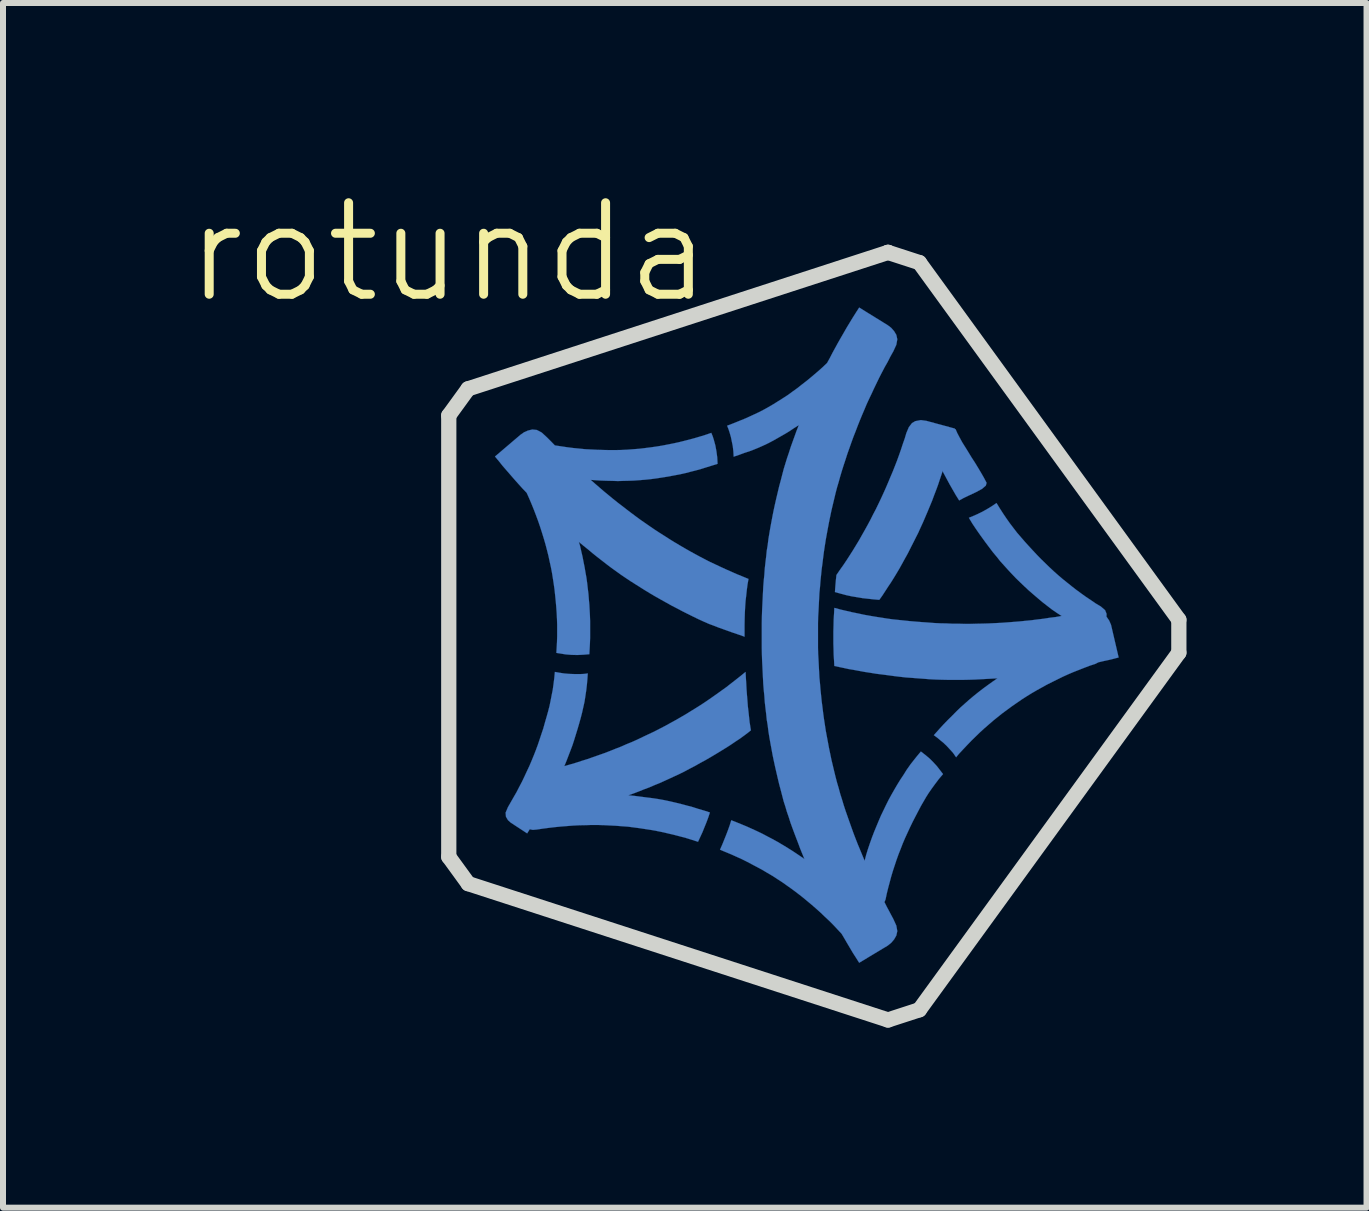
<source format=kicad_pcb>
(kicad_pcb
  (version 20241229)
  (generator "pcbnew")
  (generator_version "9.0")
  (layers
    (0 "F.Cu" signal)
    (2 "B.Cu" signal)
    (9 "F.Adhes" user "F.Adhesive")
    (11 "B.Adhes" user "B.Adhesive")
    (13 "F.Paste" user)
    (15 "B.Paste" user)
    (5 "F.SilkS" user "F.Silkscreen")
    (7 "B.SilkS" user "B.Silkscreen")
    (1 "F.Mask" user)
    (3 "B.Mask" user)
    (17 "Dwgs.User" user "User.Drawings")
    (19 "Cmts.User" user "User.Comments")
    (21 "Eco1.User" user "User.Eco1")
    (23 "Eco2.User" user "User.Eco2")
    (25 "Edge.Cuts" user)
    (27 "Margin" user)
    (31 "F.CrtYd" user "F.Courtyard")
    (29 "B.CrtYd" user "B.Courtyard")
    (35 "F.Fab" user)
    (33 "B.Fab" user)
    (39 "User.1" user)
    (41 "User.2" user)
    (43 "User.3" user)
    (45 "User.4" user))
  (footprint "rotunda"
    (layer "F.Cu")
    (at 4.427 1.155)
    (property "Reference" "rotunda" (at 0 0 0) (layer "F.SilkS") (effects (font (size 1.524 1.524) (thickness 0.15))))
    (attr through_hole)
    (fp_poly (pts (xy 7.803 2.995) (xy 7.859 3.058) (xy 7.912 3.124) (xy 7.965 3.198) (xy 8.014 3.272) (xy 8.062 3.35) (xy 8.11 3.432) (xy 8.156 3.515) (xy 8.204 3.602) (xy 8.25 3.688) (xy 8.298 3.777) (xy 8.346 3.866) (xy 8.397 3.955) (xy 8.448 4.044) (xy 8.504 4.133) (xy 8.578 4.092) (xy 8.679 4.044) (xy 8.788 3.993) (xy 8.885 3.94) (xy 8.948 3.886) (xy 8.961 3.84) (xy 8.92 3.762) (xy 8.872 3.678) (xy 8.821 3.592) (xy 8.768 3.505) (xy 8.712 3.419) (xy 8.659 3.332) (xy 8.606 3.246) (xy 8.555 3.165) (xy 8.512 3.086) (xy 8.473 3.012) (xy 8.443 2.944) (xy 7.803 2.995)) (stroke (width 0.003) (type solid)) (fill yes) (layer "B.Cu"))
    (fp_poly (pts (xy 7.866 2.794) (xy 7.772 2.812) (xy 7.717 2.845) (xy 7.666 2.911) (xy 7.625 3.007) (xy 7.597 3.101) (xy 7.564 3.195) (xy 7.534 3.287) (xy 7.501 3.381) (xy 7.468 3.472) (xy 7.432 3.564) (xy 7.396 3.655) (xy 7.358 3.744) (xy 7.32 3.835) (xy 7.282 3.924) (xy 7.242 4.013) (xy 7.201 4.102) (xy 7.16 4.188) (xy 7.117 4.277) (xy 7.071 4.364) (xy 7.028 4.45) (xy 6.982 4.536) (xy 6.934 4.623) (xy 6.886 4.707) (xy 6.838 4.793) (xy 6.787 4.877) (xy 6.736 4.961) (xy 6.683 5.044) (xy 6.629 5.128) (xy 6.574 5.21) (xy 6.515 5.293) (xy 6.459 5.375) (xy 6.449 5.469) (xy 6.441 5.563) (xy 6.434 5.659) (xy 6.525 5.685) (xy 6.619 5.71) (xy 6.711 5.73) (xy 6.802 5.745) (xy 6.896 5.761) (xy 6.988 5.771) (xy 7.079 5.781) (xy 7.173 5.789) (xy 7.224 5.718) (xy 7.272 5.644) (xy 7.32 5.57) (xy 7.369 5.497) (xy 7.417 5.42) (xy 7.463 5.344) (xy 7.511 5.263) (xy 7.556 5.182) (xy 7.602 5.098) (xy 7.648 5.016) (xy 7.691 4.93) (xy 7.734 4.846) (xy 7.777 4.76) (xy 7.821 4.674) (xy 7.861 4.585) (xy 7.902 4.496) (xy 7.94 4.407) (xy 7.978 4.318) (xy 8.016 4.227) (xy 8.052 4.14) (xy 8.085 4.051) (xy 8.118 3.965) (xy 8.151 3.876) (xy 8.181 3.785) (xy 8.212 3.693) (xy 8.242 3.602) (xy 8.273 3.51) (xy 8.301 3.416) (xy 8.329 3.322) (xy 8.354 3.226) (xy 8.382 3.132) (xy 8.407 3.033) (xy 8.433 2.936) (xy 7.958 2.807) (xy 7.866 2.794)) (stroke (width 0.003) (type solid)) (fill yes) (layer "B.Cu"))
    (fp_poly (pts (xy 1.768 6.99) (xy 1.758 7.094) (xy 1.745 7.196) (xy 1.732 7.29) (xy 1.714 7.379) (xy 1.697 7.468) (xy 1.679 7.556) (xy 1.656 7.645) (xy 1.631 7.734) (xy 1.603 7.831) (xy 1.575 7.932) (xy 1.544 8.024) (xy 1.514 8.115) (xy 1.483 8.207) (xy 1.45 8.296) (xy 1.415 8.385) (xy 1.379 8.473) (xy 1.341 8.562) (xy 1.3 8.649) (xy 1.26 8.735) (xy 1.219 8.821) (xy 1.173 8.908) (xy 1.13 8.992) (xy 1.082 9.075) (xy 1.034 9.159) (xy 0.986 9.243) (xy 0.947 9.335) (xy 0.953 9.403) (xy 0.986 9.459) (xy 1.031 9.5) (xy 1.306 9.68) (xy 1.349 9.611) (xy 1.4 9.622) (xy 1.466 9.616) (xy 1.567 9.601) (xy 1.666 9.588) (xy 1.768 9.576) (xy 1.869 9.566) (xy 1.971 9.558) (xy 2.073 9.55) (xy 2.174 9.545) (xy 2.276 9.543) (xy 2.377 9.54) (xy 2.479 9.54) (xy 2.581 9.543) (xy 2.682 9.548) (xy 2.784 9.553) (xy 2.885 9.561) (xy 2.985 9.568) (xy 3.084 9.581) (xy 3.183 9.594) (xy 3.279 9.609) (xy 3.378 9.624) (xy 3.475 9.642) (xy 3.574 9.662) (xy 3.67 9.685) (xy 3.767 9.708) (xy 3.863 9.733) (xy 3.96 9.759) (xy 4.056 9.789) (xy 4.153 9.82) (xy 4.191 9.738) (xy 4.227 9.66) (xy 4.26 9.578) (xy 4.293 9.497) (xy 4.323 9.416) (xy 4.351 9.332) (xy 4.257 9.301) (xy 4.163 9.274) (xy 4.067 9.243) (xy 3.973 9.218) (xy 3.876 9.192) (xy 3.782 9.169) (xy 3.688 9.147) (xy 3.589 9.126) (xy 3.49 9.108) (xy 3.391 9.093) (xy 3.292 9.081) (xy 3.193 9.068) (xy 3.091 9.055) (xy 2.992 9.045) (xy 3.081 9.014) (xy 3.167 8.981) (xy 3.254 8.946) (xy 3.343 8.913) (xy 3.426 8.877) (xy 3.513 8.842) (xy 3.597 8.804) (xy 3.68 8.766) (xy 3.764 8.727) (xy 3.846 8.689) (xy 3.927 8.649) (xy 4.018 8.6) (xy 4.105 8.555) (xy 4.191 8.506) (xy 4.275 8.461) (xy 4.359 8.412) (xy 4.44 8.364) (xy 4.524 8.313) (xy 4.605 8.263) (xy 4.686 8.212) (xy 4.765 8.158) (xy 4.849 8.103) (xy 4.93 8.044) (xy 4.983 8.004) (xy 5.034 7.963) (xy 5.024 7.904) (xy 5.016 7.846) (xy 5.014 7.844) (xy 5.004 7.75) (xy 4.994 7.656) (xy 4.983 7.562) (xy 4.976 7.468) (xy 4.968 7.371) (xy 4.961 7.277) (xy 4.956 7.181) (xy 4.95 7.084) (xy 4.945 6.99) (xy 4.864 7.056) (xy 4.783 7.12) (xy 4.702 7.183) (xy 4.62 7.247) (xy 4.539 7.305) (xy 4.458 7.363) (xy 4.374 7.422) (xy 4.293 7.478) (xy 4.209 7.534) (xy 4.125 7.587) (xy 4.039 7.64) (xy 3.952 7.694) (xy 3.866 7.744) (xy 3.777 7.795) (xy 3.688 7.844) (xy 3.597 7.894) (xy 3.508 7.94) (xy 3.419 7.986) (xy 3.327 8.029) (xy 3.236 8.072) (xy 3.147 8.115) (xy 3.056 8.156) (xy 2.962 8.194) (xy 2.87 8.235) (xy 2.779 8.27) (xy 2.685 8.308) (xy 2.591 8.344) (xy 2.497 8.377) (xy 2.403 8.41) (xy 2.309 8.443) (xy 2.212 8.473) (xy 2.118 8.504) (xy 2.022 8.532) (xy 1.925 8.56) (xy 1.961 8.473) (xy 1.994 8.387) (xy 2.027 8.301) (xy 2.06 8.214) (xy 2.088 8.128) (xy 2.118 8.031) (xy 2.146 7.94) (xy 2.172 7.851) (xy 2.197 7.762) (xy 2.22 7.673) (xy 2.24 7.584) (xy 2.261 7.49) (xy 2.276 7.394) (xy 2.291 7.292) (xy 2.301 7.206) (xy 2.309 7.117) (xy 2.316 7.015) (xy 2.256 7.023) (xy 2.195 7.026) (xy 2.103 7.026) (xy 2.009 7.023) (xy 1.918 7.015) (xy 1.841 7.003) (xy 1.768 6.99)) (stroke (width 0.003) (type solid)) (fill yes) (layer "B.Cu"))
    (fp_poly (pts (xy 9.126 4.176) (xy 9.116 4.183) (xy 9.04 4.234) (xy 8.961 4.282) (xy 8.88 4.326) (xy 8.809 4.361) (xy 8.738 4.392) (xy 8.666 4.422) (xy 8.722 4.516) (xy 8.776 4.597) (xy 8.829 4.674) (xy 8.885 4.752) (xy 8.948 4.839) (xy 9.007 4.917) (xy 9.065 4.994) (xy 9.126 5.067) (xy 9.187 5.144) (xy 9.251 5.215) (xy 9.317 5.288) (xy 9.383 5.359) (xy 9.449 5.428) (xy 9.52 5.497) (xy 9.591 5.565) (xy 9.662 5.631) (xy 9.738 5.697) (xy 9.815 5.763) (xy 9.891 5.827) (xy 9.972 5.89) (xy 10.051 5.951) (xy 10.13 6.005) (xy 10.211 6.058) (xy 10.109 6.076) (xy 10.01 6.088) (xy 9.909 6.104) (xy 9.809 6.116) (xy 9.708 6.129) (xy 9.606 6.139) (xy 9.507 6.149) (xy 9.406 6.157) (xy 9.304 6.165) (xy 9.205 6.172) (xy 9.103 6.177) (xy 9.002 6.182) (xy 8.9 6.185) (xy 8.799 6.187) (xy 8.697 6.19) (xy 8.595 6.19) (xy 8.494 6.187) (xy 8.392 6.187) (xy 8.291 6.182) (xy 8.189 6.18) (xy 8.085 6.175) (xy 7.983 6.167) (xy 7.882 6.16) (xy 7.783 6.152) (xy 7.686 6.144) (xy 7.59 6.134) (xy 7.493 6.124) (xy 7.396 6.114) (xy 7.303 6.101) (xy 7.209 6.086) (xy 7.112 6.071) (xy 7.018 6.055) (xy 6.921 6.038) (xy 6.825 6.017) (xy 6.726 5.997) (xy 6.627 5.974) (xy 6.528 5.951) (xy 6.424 5.923) (xy 6.419 6.022) (xy 6.413 6.121) (xy 6.411 6.218) (xy 6.408 6.317) (xy 6.408 6.416) (xy 6.408 6.513) (xy 6.411 6.607) (xy 6.413 6.701) (xy 6.419 6.797) (xy 6.424 6.891) (xy 6.518 6.911) (xy 6.594 6.927) (xy 6.662 6.942) (xy 6.741 6.955) (xy 6.833 6.972) (xy 6.929 6.99) (xy 7.028 7.005) (xy 7.125 7.021) (xy 7.224 7.033) (xy 7.323 7.046) (xy 7.419 7.059) (xy 7.518 7.071) (xy 7.617 7.082) (xy 7.717 7.089) (xy 7.816 7.097) (xy 7.915 7.104) (xy 8.014 7.112) (xy 8.115 7.117) (xy 8.214 7.12) (xy 8.306 7.122) (xy 8.397 7.122) (xy 8.489 7.122) (xy 8.583 7.122) (xy 8.674 7.12) (xy 8.768 7.117) (xy 8.862 7.112) (xy 8.954 7.107) (xy 9.047 7.102) (xy 9.141 7.097) (xy 9.06 7.153) (xy 8.979 7.211) (xy 8.9 7.269) (xy 8.821 7.33) (xy 8.745 7.391) (xy 8.669 7.455) (xy 8.598 7.518) (xy 8.524 7.584) (xy 8.453 7.653) (xy 8.385 7.722) (xy 8.316 7.79) (xy 8.247 7.861) (xy 8.179 7.935) (xy 8.113 8.009) (xy 8.082 8.044) (xy 8.138 8.085) (xy 8.189 8.128) (xy 8.242 8.171) (xy 8.298 8.225) (xy 8.349 8.28) (xy 8.4 8.336) (xy 8.453 8.412) (xy 8.501 8.354) (xy 8.57 8.28) (xy 8.639 8.207) (xy 8.707 8.136) (xy 8.778 8.067) (xy 8.849 7.998) (xy 8.923 7.93) (xy 8.997 7.866) (xy 9.073 7.8) (xy 9.149 7.739) (xy 9.225 7.678) (xy 9.304 7.62) (xy 9.383 7.562) (xy 9.464 7.506) (xy 9.545 7.45) (xy 9.629 7.396) (xy 9.71 7.346) (xy 9.794 7.297) (xy 9.881 7.249) (xy 9.967 7.201) (xy 10.053 7.158) (xy 10.14 7.115) (xy 10.229 7.071) (xy 10.317 7.031) (xy 10.406 6.993) (xy 10.498 6.957) (xy 10.589 6.921) (xy 10.681 6.886) (xy 10.775 6.855) (xy 10.823 6.83) (xy 10.907 6.81) (xy 10.991 6.792) (xy 11.074 6.772) (xy 11.161 6.749) (xy 11.034 6.205) (xy 11.003 6.134) (xy 10.958 6.068) (xy 10.96 6.022) (xy 10.935 5.961) (xy 10.864 5.9) (xy 10.78 5.85) (xy 10.698 5.794) (xy 10.617 5.74) (xy 10.536 5.682) (xy 10.457 5.624) (xy 10.381 5.565) (xy 10.305 5.504) (xy 10.229 5.443) (xy 10.155 5.38) (xy 10.081 5.314) (xy 10.01 5.248) (xy 9.939 5.179) (xy 9.868 5.11) (xy 9.799 5.039) (xy 9.728 4.963) (xy 9.66 4.889) (xy 9.594 4.816) (xy 9.53 4.742) (xy 9.467 4.669) (xy 9.408 4.592) (xy 9.35 4.516) (xy 9.294 4.437) (xy 9.238 4.354) (xy 9.182 4.267) (xy 9.126 4.176)) (stroke (width 0.003) (type solid)) (fill yes) (layer "B.Cu"))
    (fp_poly (pts (xy 1.392 2.951) (xy 1.318 2.969) (xy 1.255 2.997) (xy 1.196 3.038) (xy 0.77 3.401) (xy 0.836 3.48) (xy 0.899 3.559) (xy 0.965 3.635) (xy 1.031 3.711) (xy 1.097 3.787) (xy 1.163 3.861) (xy 1.229 3.934) (xy 1.298 4.006) (xy 1.339 4.097) (xy 1.379 4.191) (xy 1.417 4.285) (xy 1.453 4.379) (xy 1.488 4.473) (xy 1.521 4.569) (xy 1.552 4.666) (xy 1.582 4.763) (xy 1.61 4.859) (xy 1.636 4.958) (xy 1.661 5.057) (xy 1.681 5.151) (xy 1.702 5.245) (xy 1.72 5.339) (xy 1.735 5.433) (xy 1.75 5.53) (xy 1.763 5.624) (xy 1.773 5.72) (xy 1.783 5.817) (xy 1.791 5.911) (xy 1.798 6.007) (xy 1.803 6.106) (xy 1.806 6.203) (xy 1.806 6.299) (xy 1.806 6.398) (xy 1.803 6.497) (xy 1.798 6.584) (xy 1.793 6.673) (xy 1.869 6.685) (xy 1.948 6.698) (xy 2.047 6.706) (xy 2.146 6.708) (xy 2.245 6.703) (xy 2.342 6.695) (xy 2.347 6.604) (xy 2.352 6.513) (xy 2.355 6.421) (xy 2.355 6.327) (xy 2.355 6.236) (xy 2.355 6.144) (xy 2.352 6.053) (xy 2.347 5.961) (xy 2.342 5.87) (xy 2.334 5.781) (xy 2.327 5.69) (xy 2.316 5.601) (xy 2.306 5.512) (xy 2.294 5.423) (xy 2.278 5.334) (xy 2.263 5.245) (xy 2.245 5.156) (xy 2.228 5.067) (xy 2.207 4.978) (xy 2.187 4.889) (xy 2.167 4.823) (xy 2.243 4.887) (xy 2.322 4.95) (xy 2.398 5.014) (xy 2.474 5.075) (xy 2.553 5.136) (xy 2.631 5.197) (xy 2.708 5.255) (xy 2.786 5.311) (xy 2.868 5.37) (xy 2.946 5.423) (xy 3.03 5.479) (xy 3.114 5.532) (xy 3.198 5.585) (xy 3.284 5.639) (xy 3.368 5.69) (xy 3.454 5.74) (xy 3.541 5.789) (xy 3.627 5.837) (xy 3.713 5.885) (xy 3.802 5.931) (xy 3.889 5.977) (xy 3.978 6.022) (xy 4.067 6.066) (xy 4.155 6.109) (xy 4.249 6.152) (xy 4.336 6.19) (xy 4.417 6.22) (xy 4.496 6.251) (xy 4.575 6.279) (xy 4.653 6.307) (xy 4.737 6.337) (xy 4.829 6.368) (xy 4.928 6.403) (xy 4.928 6.304) (xy 4.928 6.203) (xy 4.93 6.104) (xy 4.933 6.005) (xy 4.938 5.908) (xy 4.945 5.809) (xy 4.956 5.715) (xy 4.966 5.621) (xy 4.978 5.53) (xy 4.994 5.441) (xy 4.895 5.4) (xy 4.801 5.362) (xy 4.709 5.321) (xy 4.618 5.281) (xy 4.529 5.24) (xy 4.442 5.199) (xy 4.356 5.159) (xy 4.272 5.116) (xy 4.188 5.072) (xy 4.105 5.027) (xy 4.021 4.981) (xy 3.937 4.933) (xy 3.853 4.884) (xy 3.769 4.834) (xy 3.686 4.783) (xy 3.599 4.727) (xy 3.51 4.671) (xy 3.429 4.618) (xy 3.35 4.564) (xy 3.269 4.508) (xy 3.19 4.453) (xy 3.114 4.397) (xy 3.035 4.338) (xy 2.959 4.28) (xy 2.883 4.221) (xy 2.807 4.163) (xy 2.731 4.102) (xy 2.657 4.041) (xy 2.583 3.98) (xy 2.51 3.917) (xy 2.436 3.853) (xy 2.365 3.79) (xy 2.456 3.797) (xy 2.548 3.802) (xy 2.637 3.805) (xy 2.728 3.807) (xy 2.817 3.81) (xy 2.908 3.807) (xy 2.995 3.805) (xy 3.084 3.802) (xy 3.18 3.795) (xy 3.277 3.787) (xy 3.373 3.777) (xy 3.47 3.764) (xy 3.566 3.749) (xy 3.66 3.734) (xy 3.754 3.716) (xy 3.851 3.698) (xy 3.94 3.678) (xy 4.028 3.655) (xy 4.12 3.632) (xy 4.209 3.607) (xy 4.298 3.579) (xy 4.389 3.551) (xy 4.478 3.523) (xy 4.478 3.515) (xy 4.473 3.416) (xy 4.46 3.317) (xy 4.442 3.218) (xy 4.415 3.119) (xy 4.397 3.063) (xy 4.374 3.007) (xy 4.285 3.038) (xy 4.194 3.066) (xy 4.1 3.094) (xy 4.008 3.119) (xy 3.917 3.142) (xy 3.825 3.165) (xy 3.731 3.185) (xy 3.64 3.203) (xy 3.546 3.221) (xy 3.454 3.236) (xy 3.36 3.249) (xy 3.266 3.261) (xy 3.175 3.272) (xy 3.081 3.279) (xy 2.979 3.287) (xy 2.878 3.292) (xy 2.776 3.294) (xy 2.675 3.294) (xy 2.576 3.292) (xy 2.474 3.289) (xy 2.372 3.284) (xy 2.271 3.279) (xy 2.172 3.269) (xy 2.07 3.259) (xy 1.968 3.246) (xy 1.869 3.231) (xy 1.768 3.216) (xy 1.704 3.15) (xy 1.638 3.084) (xy 1.549 3.002) (xy 1.468 2.959) (xy 1.392 2.951)) (stroke (width 0.003) (type solid)) (fill yes) (layer "B.Cu"))
    (fp_poly (pts (xy 6.838 0.919) (xy 6.784 1.003) (xy 6.731 1.087) (xy 6.68 1.171) (xy 6.629 1.255) (xy 6.581 1.339) (xy 6.533 1.422) (xy 6.485 1.506) (xy 6.439 1.59) (xy 6.393 1.674) (xy 6.35 1.758) (xy 6.304 1.841) (xy 6.238 1.905) (xy 6.17 1.966) (xy 6.099 2.027) (xy 6.027 2.088) (xy 5.956 2.146) (xy 5.883 2.202) (xy 5.809 2.261) (xy 5.735 2.314) (xy 5.659 2.37) (xy 5.573 2.426) (xy 5.489 2.479) (xy 5.408 2.53) (xy 5.329 2.576) (xy 5.248 2.621) (xy 5.169 2.662) (xy 5.088 2.7) (xy 5.006 2.738) (xy 4.92 2.776) (xy 4.831 2.812) (xy 4.737 2.85) (xy 4.638 2.888) (xy 4.661 2.946) (xy 4.681 3.007) (xy 4.702 3.081) (xy 4.717 3.155) (xy 4.732 3.228) (xy 4.742 3.317) (xy 4.747 3.404) (xy 4.844 3.371) (xy 4.928 3.34) (xy 5.006 3.315) (xy 5.08 3.287) (xy 5.156 3.256) (xy 5.235 3.221) (xy 5.326 3.178) (xy 5.413 3.132) (xy 5.497 3.084) (xy 5.583 3.035) (xy 5.667 2.985) (xy 5.748 2.931) (xy 5.832 2.878) (xy 5.796 2.969) (xy 5.763 3.061) (xy 5.73 3.152) (xy 5.697 3.244) (xy 5.667 3.338) (xy 5.636 3.429) (xy 5.608 3.52) (xy 5.58 3.612) (xy 5.555 3.708) (xy 5.53 3.805) (xy 5.504 3.901) (xy 5.481 3.998) (xy 5.458 4.094) (xy 5.436 4.191) (xy 5.415 4.288) (xy 5.395 4.387) (xy 5.377 4.483) (xy 5.359 4.58) (xy 5.342 4.679) (xy 5.326 4.775) (xy 5.314 4.874) (xy 5.298 4.971) (xy 5.288 5.07) (xy 5.276 5.169) (xy 5.265 5.271) (xy 5.258 5.37) (xy 5.248 5.469) (xy 5.24 5.57) (xy 5.235 5.669) (xy 5.23 5.771) (xy 5.225 5.872) (xy 5.22 5.974) (xy 5.217 6.076) (xy 5.215 6.177) (xy 5.215 6.279) (xy 5.215 6.38) (xy 5.215 6.485) (xy 5.215 6.586) (xy 5.217 6.688) (xy 5.22 6.789) (xy 5.225 6.888) (xy 5.23 6.99) (xy 5.235 7.092) (xy 5.24 7.191) (xy 5.248 7.29) (xy 5.258 7.389) (xy 5.265 7.49) (xy 5.276 7.587) (xy 5.288 7.686) (xy 5.298 7.785) (xy 5.314 7.882) (xy 5.326 7.981) (xy 5.342 8.08) (xy 5.359 8.176) (xy 5.377 8.273) (xy 5.395 8.372) (xy 5.415 8.468) (xy 5.436 8.565) (xy 5.458 8.661) (xy 5.481 8.76) (xy 5.504 8.857) (xy 5.53 8.954) (xy 5.555 9.05) (xy 5.58 9.147) (xy 5.608 9.233) (xy 5.634 9.322) (xy 5.664 9.408) (xy 5.692 9.497) (xy 5.723 9.583) (xy 5.756 9.672) (xy 5.789 9.759) (xy 5.822 9.845) (xy 5.855 9.934) (xy 5.89 10.02) (xy 5.926 10.109) (xy 5.9 10.089) (xy 5.817 10.033) (xy 5.733 9.977) (xy 5.649 9.924) (xy 5.565 9.873) (xy 5.479 9.822) (xy 5.392 9.774) (xy 5.304 9.728) (xy 5.217 9.682) (xy 5.133 9.642) (xy 5.05 9.604) (xy 4.966 9.566) (xy 4.879 9.53) (xy 4.793 9.495) (xy 4.707 9.461) (xy 4.681 9.545) (xy 4.651 9.629) (xy 4.62 9.71) (xy 4.587 9.792) (xy 4.554 9.873) (xy 4.519 9.952) (xy 4.61 9.99) (xy 4.702 10.028) (xy 4.793 10.069) (xy 4.882 10.109) (xy 4.968 10.152) (xy 5.055 10.198) (xy 5.141 10.244) (xy 5.227 10.29) (xy 5.311 10.34) (xy 5.395 10.389) (xy 5.476 10.442) (xy 5.558 10.495) (xy 5.641 10.554) (xy 5.723 10.612) (xy 5.804 10.673) (xy 5.883 10.734) (xy 5.961 10.798) (xy 6.04 10.864) (xy 6.116 10.93) (xy 6.19 10.996) (xy 6.264 11.067) (xy 6.337 11.135) (xy 6.408 11.206) (xy 6.477 11.28) (xy 6.546 11.354) (xy 6.594 11.435) (xy 6.64 11.514) (xy 6.688 11.595) (xy 6.736 11.676) (xy 6.787 11.755) (xy 6.838 11.836) (xy 7.315 11.549) (xy 7.371 11.504) (xy 7.419 11.448) (xy 7.457 11.382) (xy 7.473 11.308) (xy 7.457 11.217) (xy 7.407 11.107) (xy 7.369 11.036) (xy 7.333 10.968) (xy 7.295 10.897) (xy 7.259 10.825) (xy 7.277 10.782) (xy 7.297 10.686) (xy 7.32 10.592) (xy 7.346 10.495) (xy 7.371 10.401) (xy 7.399 10.307) (xy 7.429 10.216) (xy 7.46 10.122) (xy 7.493 10.03) (xy 7.529 9.939) (xy 7.564 9.848) (xy 7.602 9.759) (xy 7.643 9.67) (xy 7.684 9.581) (xy 7.727 9.492) (xy 7.777 9.395) (xy 7.823 9.307) (xy 7.866 9.225) (xy 7.91 9.149) (xy 7.953 9.075) (xy 7.998 9.004) (xy 8.049 8.931) (xy 8.103 8.857) (xy 8.164 8.776) (xy 8.235 8.692) (xy 8.184 8.626) (xy 8.133 8.56) (xy 8.077 8.499) (xy 8.019 8.44) (xy 7.945 8.377) (xy 7.866 8.316) (xy 7.79 8.407) (xy 7.742 8.468) (xy 7.694 8.529) (xy 7.628 8.623) (xy 7.577 8.705) (xy 7.523 8.786) (xy 7.473 8.867) (xy 7.424 8.951) (xy 7.376 9.035) (xy 7.33 9.119) (xy 7.287 9.205) (xy 7.244 9.294) (xy 7.201 9.383) (xy 7.163 9.472) (xy 7.125 9.563) (xy 7.087 9.655) (xy 7.051 9.749) (xy 7.018 9.842) (xy 6.985 9.939) (xy 6.955 10.036) (xy 6.942 10.086) (xy 6.929 10.137) (xy 6.891 10.046) (xy 6.853 9.954) (xy 6.815 9.863) (xy 6.779 9.771) (xy 6.744 9.68) (xy 6.711 9.588) (xy 6.678 9.495) (xy 6.645 9.401) (xy 6.612 9.307) (xy 6.581 9.213) (xy 6.553 9.119) (xy 6.523 9.025) (xy 6.497 8.928) (xy 6.469 8.834) (xy 6.444 8.738) (xy 6.421 8.644) (xy 6.398 8.547) (xy 6.375 8.451) (xy 6.355 8.354) (xy 6.335 8.258) (xy 6.317 8.161) (xy 6.299 8.065) (xy 6.281 7.968) (xy 6.266 7.869) (xy 6.251 7.772) (xy 6.238 7.676) (xy 6.226 7.577) (xy 6.213 7.478) (xy 6.203 7.379) (xy 6.193 7.282) (xy 6.185 7.183) (xy 6.175 7.082) (xy 6.17 6.982) (xy 6.165 6.883) (xy 6.16 6.784) (xy 6.154 6.683) (xy 6.152 6.584) (xy 6.152 6.482) (xy 6.152 6.38) (xy 6.152 6.279) (xy 6.152 6.18) (xy 6.154 6.078) (xy 6.16 5.977) (xy 6.165 5.878) (xy 6.17 5.776) (xy 6.175 5.677) (xy 6.185 5.578) (xy 6.193 5.476) (xy 6.203 5.377) (xy 6.213 5.278) (xy 6.226 5.182) (xy 6.238 5.083) (xy 6.251 4.983) (xy 6.266 4.884) (xy 6.281 4.788) (xy 6.299 4.689) (xy 6.317 4.592) (xy 6.335 4.496) (xy 6.355 4.399) (xy 6.375 4.303) (xy 6.398 4.206) (xy 6.421 4.11) (xy 6.444 4.013) (xy 6.469 3.917) (xy 6.497 3.823) (xy 6.523 3.729) (xy 6.551 3.635) (xy 6.581 3.541) (xy 6.612 3.447) (xy 6.642 3.353) (xy 6.675 3.261) (xy 6.708 3.167) (xy 6.741 3.076) (xy 6.777 2.985) (xy 6.812 2.893) (xy 6.848 2.802) (xy 6.886 2.71) (xy 6.924 2.621) (xy 6.962 2.53) (xy 7.003 2.441) (xy 7.046 2.352) (xy 7.087 2.263) (xy 7.13 2.174) (xy 7.173 2.085) (xy 7.219 1.996) (xy 7.264 1.91) (xy 7.313 1.824) (xy 7.358 1.735) (xy 7.407 1.648) (xy 7.457 1.539) (xy 7.473 1.448) (xy 7.457 1.374) (xy 7.419 1.311) (xy 7.371 1.257) (xy 7.315 1.214) (xy 6.838 0.919)) (stroke (width 0.003) (type solid)) (fill yes) (layer "B.Cu"))
    (fp_poly (pts (xy 7.803 2.995) (xy 7.859 3.058) (xy 7.912 3.124) (xy 7.965 3.198) (xy 8.014 3.272) (xy 8.062 3.35) (xy 8.11 3.432) (xy 8.156 3.515) (xy 8.204 3.602) (xy 8.25 3.688) (xy 8.298 3.777) (xy 8.346 3.866) (xy 8.397 3.955) (xy 8.448 4.044) (xy 8.504 4.133) (xy 8.578 4.092) (xy 8.679 4.044) (xy 8.788 3.993) (xy 8.885 3.94) (xy 8.948 3.886) (xy 8.961 3.84) (xy 8.92 3.762) (xy 8.872 3.678) (xy 8.821 3.592) (xy 8.768 3.505) (xy 8.712 3.419) (xy 8.659 3.332) (xy 8.606 3.246) (xy 8.555 3.165) (xy 8.512 3.086) (xy 8.473 3.012) (xy 8.443 2.944) (xy 7.803 2.995)) (stroke (width 0.003) (type solid)) (fill yes) (layer "B.Mask"))
    (fp_poly (pts (xy 7.866 2.794) (xy 7.772 2.812) (xy 7.717 2.845) (xy 7.666 2.911) (xy 7.625 3.007) (xy 7.597 3.101) (xy 7.564 3.195) (xy 7.534 3.287) (xy 7.501 3.381) (xy 7.468 3.472) (xy 7.432 3.564) (xy 7.396 3.655) (xy 7.358 3.744) (xy 7.32 3.835) (xy 7.282 3.924) (xy 7.242 4.013) (xy 7.201 4.102) (xy 7.16 4.188) (xy 7.117 4.277) (xy 7.071 4.364) (xy 7.028 4.45) (xy 6.982 4.536) (xy 6.934 4.623) (xy 6.886 4.707) (xy 6.838 4.793) (xy 6.787 4.877) (xy 6.736 4.961) (xy 6.683 5.044) (xy 6.629 5.128) (xy 6.574 5.21) (xy 6.515 5.293) (xy 6.459 5.375) (xy 6.449 5.469) (xy 6.441 5.563) (xy 6.434 5.659) (xy 6.525 5.685) (xy 6.619 5.71) (xy 6.711 5.73) (xy 6.802 5.745) (xy 6.896 5.761) (xy 6.988 5.771) (xy 7.079 5.781) (xy 7.173 5.789) (xy 7.224 5.718) (xy 7.272 5.644) (xy 7.32 5.57) (xy 7.369 5.497) (xy 7.417 5.42) (xy 7.463 5.344) (xy 7.511 5.263) (xy 7.556 5.182) (xy 7.602 5.098) (xy 7.648 5.016) (xy 7.691 4.93) (xy 7.734 4.846) (xy 7.777 4.76) (xy 7.821 4.674) (xy 7.861 4.585) (xy 7.902 4.496) (xy 7.94 4.407) (xy 7.978 4.318) (xy 8.016 4.227) (xy 8.052 4.14) (xy 8.085 4.051) (xy 8.118 3.965) (xy 8.151 3.876) (xy 8.181 3.785) (xy 8.212 3.693) (xy 8.242 3.602) (xy 8.273 3.51) (xy 8.301 3.416) (xy 8.329 3.322) (xy 8.354 3.226) (xy 8.382 3.132) (xy 8.407 3.033) (xy 8.433 2.936) (xy 7.958 2.807) (xy 7.866 2.794)) (stroke (width 0.003) (type solid)) (fill yes) (layer "B.Mask"))
    (fp_poly (pts (xy 1.768 6.99) (xy 1.758 7.094) (xy 1.745 7.196) (xy 1.732 7.29) (xy 1.714 7.379) (xy 1.697 7.468) (xy 1.679 7.556) (xy 1.656 7.645) (xy 1.631 7.734) (xy 1.603 7.831) (xy 1.575 7.932) (xy 1.544 8.024) (xy 1.514 8.115) (xy 1.483 8.207) (xy 1.45 8.296) (xy 1.415 8.385) (xy 1.379 8.473) (xy 1.341 8.562) (xy 1.3 8.649) (xy 1.26 8.735) (xy 1.219 8.821) (xy 1.173 8.908) (xy 1.13 8.992) (xy 1.082 9.075) (xy 1.034 9.159) (xy 0.986 9.243) (xy 0.947 9.335) (xy 0.953 9.403) (xy 0.986 9.459) (xy 1.031 9.5) (xy 1.306 9.68) (xy 1.349 9.611) (xy 1.4 9.622) (xy 1.466 9.616) (xy 1.567 9.601) (xy 1.666 9.588) (xy 1.768 9.576) (xy 1.869 9.566) (xy 1.971 9.558) (xy 2.073 9.55) (xy 2.174 9.545) (xy 2.276 9.543) (xy 2.377 9.54) (xy 2.479 9.54) (xy 2.581 9.543) (xy 2.682 9.548) (xy 2.784 9.553) (xy 2.885 9.561) (xy 2.985 9.568) (xy 3.084 9.581) (xy 3.183 9.594) (xy 3.279 9.609) (xy 3.378 9.624) (xy 3.475 9.642) (xy 3.574 9.662) (xy 3.67 9.685) (xy 3.767 9.708) (xy 3.863 9.733) (xy 3.96 9.759) (xy 4.056 9.789) (xy 4.153 9.82) (xy 4.191 9.738) (xy 4.227 9.66) (xy 4.26 9.578) (xy 4.293 9.497) (xy 4.323 9.416) (xy 4.351 9.332) (xy 4.257 9.301) (xy 4.163 9.274) (xy 4.067 9.243) (xy 3.973 9.218) (xy 3.876 9.192) (xy 3.782 9.169) (xy 3.688 9.147) (xy 3.589 9.126) (xy 3.49 9.108) (xy 3.391 9.093) (xy 3.292 9.081) (xy 3.193 9.068) (xy 3.091 9.055) (xy 2.992 9.045) (xy 3.081 9.014) (xy 3.167 8.981) (xy 3.254 8.946) (xy 3.343 8.913) (xy 3.426 8.877) (xy 3.513 8.842) (xy 3.597 8.804) (xy 3.68 8.766) (xy 3.764 8.727) (xy 3.846 8.689) (xy 3.927 8.649) (xy 4.018 8.6) (xy 4.105 8.555) (xy 4.191 8.506) (xy 4.275 8.461) (xy 4.359 8.412) (xy 4.44 8.364) (xy 4.524 8.313) (xy 4.605 8.263) (xy 4.686 8.212) (xy 4.765 8.158) (xy 4.849 8.103) (xy 4.93 8.044) (xy 4.983 8.004) (xy 5.034 7.963) (xy 5.024 7.904) (xy 5.016 7.846) (xy 5.014 7.844) (xy 5.004 7.75) (xy 4.994 7.656) (xy 4.983 7.562) (xy 4.976 7.468) (xy 4.968 7.371) (xy 4.961 7.277) (xy 4.956 7.181) (xy 4.95 7.084) (xy 4.945 6.99) (xy 4.864 7.056) (xy 4.783 7.12) (xy 4.702 7.183) (xy 4.62 7.247) (xy 4.539 7.305) (xy 4.458 7.363) (xy 4.374 7.422) (xy 4.293 7.478) (xy 4.209 7.534) (xy 4.125 7.587) (xy 4.039 7.64) (xy 3.952 7.694) (xy 3.866 7.744) (xy 3.777 7.795) (xy 3.688 7.844) (xy 3.597 7.894) (xy 3.508 7.94) (xy 3.419 7.986) (xy 3.327 8.029) (xy 3.236 8.072) (xy 3.147 8.115) (xy 3.056 8.156) (xy 2.962 8.194) (xy 2.87 8.235) (xy 2.779 8.27) (xy 2.685 8.308) (xy 2.591 8.344) (xy 2.497 8.377) (xy 2.403 8.41) (xy 2.309 8.443) (xy 2.212 8.473) (xy 2.118 8.504) (xy 2.022 8.532) (xy 1.925 8.56) (xy 1.961 8.473) (xy 1.994 8.387) (xy 2.027 8.301) (xy 2.06 8.214) (xy 2.088 8.128) (xy 2.118 8.031) (xy 2.146 7.94) (xy 2.172 7.851) (xy 2.197 7.762) (xy 2.22 7.673) (xy 2.24 7.584) (xy 2.261 7.49) (xy 2.276 7.394) (xy 2.291 7.292) (xy 2.301 7.206) (xy 2.309 7.117) (xy 2.316 7.015) (xy 2.256 7.023) (xy 2.195 7.026) (xy 2.103 7.026) (xy 2.009 7.023) (xy 1.918 7.015) (xy 1.841 7.003) (xy 1.768 6.99)) (stroke (width 0.003) (type solid)) (fill yes) (layer "B.Mask"))
    (fp_poly (pts (xy 9.126 4.176) (xy 9.116 4.183) (xy 9.04 4.234) (xy 8.961 4.282) (xy 8.88 4.326) (xy 8.809 4.361) (xy 8.738 4.392) (xy 8.666 4.422) (xy 8.722 4.516) (xy 8.776 4.597) (xy 8.829 4.674) (xy 8.885 4.752) (xy 8.948 4.839) (xy 9.007 4.917) (xy 9.065 4.994) (xy 9.126 5.067) (xy 9.187 5.144) (xy 9.251 5.215) (xy 9.317 5.288) (xy 9.383 5.359) (xy 9.449 5.428) (xy 9.52 5.497) (xy 9.591 5.565) (xy 9.662 5.631) (xy 9.738 5.697) (xy 9.815 5.763) (xy 9.891 5.827) (xy 9.972 5.89) (xy 10.051 5.951) (xy 10.13 6.005) (xy 10.211 6.058) (xy 10.109 6.076) (xy 10.01 6.088) (xy 9.909 6.104) (xy 9.809 6.116) (xy 9.708 6.129) (xy 9.606 6.139) (xy 9.507 6.149) (xy 9.406 6.157) (xy 9.304 6.165) (xy 9.205 6.172) (xy 9.103 6.177) (xy 9.002 6.182) (xy 8.9 6.185) (xy 8.799 6.187) (xy 8.697 6.19) (xy 8.595 6.19) (xy 8.494 6.187) (xy 8.392 6.187) (xy 8.291 6.182) (xy 8.189 6.18) (xy 8.085 6.175) (xy 7.983 6.167) (xy 7.882 6.16) (xy 7.783 6.152) (xy 7.686 6.144) (xy 7.59 6.134) (xy 7.493 6.124) (xy 7.396 6.114) (xy 7.303 6.101) (xy 7.209 6.086) (xy 7.112 6.071) (xy 7.018 6.055) (xy 6.921 6.038) (xy 6.825 6.017) (xy 6.726 5.997) (xy 6.627 5.974) (xy 6.528 5.951) (xy 6.424 5.923) (xy 6.419 6.022) (xy 6.413 6.121) (xy 6.411 6.218) (xy 6.408 6.317) (xy 6.408 6.416) (xy 6.408 6.513) (xy 6.411 6.607) (xy 6.413 6.701) (xy 6.419 6.797) (xy 6.424 6.891) (xy 6.518 6.911) (xy 6.594 6.927) (xy 6.662 6.942) (xy 6.741 6.955) (xy 6.833 6.972) (xy 6.929 6.99) (xy 7.028 7.005) (xy 7.125 7.021) (xy 7.224 7.033) (xy 7.323 7.046) (xy 7.419 7.059) (xy 7.518 7.071) (xy 7.617 7.082) (xy 7.717 7.089) (xy 7.816 7.097) (xy 7.915 7.104) (xy 8.014 7.112) (xy 8.115 7.117) (xy 8.214 7.12) (xy 8.306 7.122) (xy 8.397 7.122) (xy 8.489 7.122) (xy 8.583 7.122) (xy 8.674 7.12) (xy 8.768 7.117) (xy 8.862 7.112) (xy 8.954 7.107) (xy 9.047 7.102) (xy 9.141 7.097) (xy 9.06 7.153) (xy 8.979 7.211) (xy 8.9 7.269) (xy 8.821 7.33) (xy 8.745 7.391) (xy 8.669 7.455) (xy 8.598 7.518) (xy 8.524 7.584) (xy 8.453 7.653) (xy 8.385 7.722) (xy 8.316 7.79) (xy 8.247 7.861) (xy 8.179 7.935) (xy 8.113 8.009) (xy 8.082 8.044) (xy 8.138 8.085) (xy 8.189 8.128) (xy 8.242 8.171) (xy 8.298 8.225) (xy 8.349 8.28) (xy 8.4 8.336) (xy 8.453 8.412) (xy 8.501 8.354) (xy 8.57 8.28) (xy 8.639 8.207) (xy 8.707 8.136) (xy 8.778 8.067) (xy 8.849 7.998) (xy 8.923 7.93) (xy 8.997 7.866) (xy 9.073 7.8) (xy 9.149 7.739) (xy 9.225 7.678) (xy 9.304 7.62) (xy 9.383 7.562) (xy 9.464 7.506) (xy 9.545 7.45) (xy 9.629 7.396) (xy 9.71 7.346) (xy 9.794 7.297) (xy 9.881 7.249) (xy 9.967 7.201) (xy 10.053 7.158) (xy 10.14 7.115) (xy 10.229 7.071) (xy 10.317 7.031) (xy 10.406 6.993) (xy 10.498 6.957) (xy 10.589 6.921) (xy 10.681 6.886) (xy 10.775 6.855) (xy 10.823 6.83) (xy 10.907 6.81) (xy 10.991 6.792) (xy 11.074 6.772) (xy 11.161 6.749) (xy 11.034 6.205) (xy 11.003 6.134) (xy 10.958 6.068) (xy 10.96 6.022) (xy 10.935 5.961) (xy 10.864 5.9) (xy 10.78 5.85) (xy 10.698 5.794) (xy 10.617 5.74) (xy 10.536 5.682) (xy 10.457 5.624) (xy 10.381 5.565) (xy 10.305 5.504) (xy 10.229 5.443) (xy 10.155 5.38) (xy 10.081 5.314) (xy 10.01 5.248) (xy 9.939 5.179) (xy 9.868 5.11) (xy 9.799 5.039) (xy 9.728 4.963) (xy 9.66 4.889) (xy 9.594 4.816) (xy 9.53 4.742) (xy 9.467 4.669) (xy 9.408 4.592) (xy 9.35 4.516) (xy 9.294 4.437) (xy 9.238 4.354) (xy 9.182 4.267) (xy 9.126 4.176)) (stroke (width 0.003) (type solid)) (fill yes) (layer "B.Mask"))
    (fp_poly (pts (xy 1.392 2.951) (xy 1.318 2.969) (xy 1.255 2.997) (xy 1.196 3.038) (xy 0.77 3.401) (xy 0.836 3.48) (xy 0.899 3.559) (xy 0.965 3.635) (xy 1.031 3.711) (xy 1.097 3.787) (xy 1.163 3.861) (xy 1.229 3.934) (xy 1.298 4.006) (xy 1.339 4.097) (xy 1.379 4.191) (xy 1.417 4.285) (xy 1.453 4.379) (xy 1.488 4.473) (xy 1.521 4.569) (xy 1.552 4.666) (xy 1.582 4.763) (xy 1.61 4.859) (xy 1.636 4.958) (xy 1.661 5.057) (xy 1.681 5.151) (xy 1.702 5.245) (xy 1.72 5.339) (xy 1.735 5.433) (xy 1.75 5.53) (xy 1.763 5.624) (xy 1.773 5.72) (xy 1.783 5.817) (xy 1.791 5.911) (xy 1.798 6.007) (xy 1.803 6.106) (xy 1.806 6.203) (xy 1.806 6.299) (xy 1.806 6.398) (xy 1.803 6.497) (xy 1.798 6.584) (xy 1.793 6.673) (xy 1.869 6.685) (xy 1.948 6.698) (xy 2.047 6.706) (xy 2.146 6.708) (xy 2.245 6.703) (xy 2.342 6.695) (xy 2.347 6.604) (xy 2.352 6.513) (xy 2.355 6.421) (xy 2.355 6.327) (xy 2.355 6.236) (xy 2.355 6.144) (xy 2.352 6.053) (xy 2.347 5.961) (xy 2.342 5.87) (xy 2.334 5.781) (xy 2.327 5.69) (xy 2.316 5.601) (xy 2.306 5.512) (xy 2.294 5.423) (xy 2.278 5.334) (xy 2.263 5.245) (xy 2.245 5.156) (xy 2.228 5.067) (xy 2.207 4.978) (xy 2.187 4.889) (xy 2.167 4.823) (xy 2.243 4.887) (xy 2.322 4.95) (xy 2.398 5.014) (xy 2.474 5.075) (xy 2.553 5.136) (xy 2.631 5.197) (xy 2.708 5.255) (xy 2.786 5.311) (xy 2.868 5.37) (xy 2.946 5.423) (xy 3.03 5.479) (xy 3.114 5.532) (xy 3.198 5.585) (xy 3.284 5.639) (xy 3.368 5.69) (xy 3.454 5.74) (xy 3.541 5.789) (xy 3.627 5.837) (xy 3.713 5.885) (xy 3.802 5.931) (xy 3.889 5.977) (xy 3.978 6.022) (xy 4.067 6.066) (xy 4.155 6.109) (xy 4.249 6.152) (xy 4.336 6.19) (xy 4.417 6.22) (xy 4.496 6.251) (xy 4.575 6.279) (xy 4.653 6.307) (xy 4.737 6.337) (xy 4.829 6.368) (xy 4.928 6.403) (xy 4.928 6.304) (xy 4.928 6.203) (xy 4.93 6.104) (xy 4.933 6.005) (xy 4.938 5.908) (xy 4.945 5.809) (xy 4.956 5.715) (xy 4.966 5.621) (xy 4.978 5.53) (xy 4.994 5.441) (xy 4.895 5.4) (xy 4.801 5.362) (xy 4.709 5.321) (xy 4.618 5.281) (xy 4.529 5.24) (xy 4.442 5.199) (xy 4.356 5.159) (xy 4.272 5.116) (xy 4.188 5.072) (xy 4.105 5.027) (xy 4.021 4.981) (xy 3.937 4.933) (xy 3.853 4.884) (xy 3.769 4.834) (xy 3.686 4.783) (xy 3.599 4.727) (xy 3.51 4.671) (xy 3.429 4.618) (xy 3.35 4.564) (xy 3.269 4.508) (xy 3.19 4.453) (xy 3.114 4.397) (xy 3.035 4.338) (xy 2.959 4.28) (xy 2.883 4.221) (xy 2.807 4.163) (xy 2.731 4.102) (xy 2.657 4.041) (xy 2.583 3.98) (xy 2.51 3.917) (xy 2.436 3.853) (xy 2.365 3.79) (xy 2.456 3.797) (xy 2.548 3.802) (xy 2.637 3.805) (xy 2.728 3.807) (xy 2.817 3.81) (xy 2.908 3.807) (xy 2.995 3.805) (xy 3.084 3.802) (xy 3.18 3.795) (xy 3.277 3.787) (xy 3.373 3.777) (xy 3.47 3.764) (xy 3.566 3.749) (xy 3.66 3.734) (xy 3.754 3.716) (xy 3.851 3.698) (xy 3.94 3.678) (xy 4.028 3.655) (xy 4.12 3.632) (xy 4.209 3.607) (xy 4.298 3.579) (xy 4.389 3.551) (xy 4.478 3.523) (xy 4.478 3.515) (xy 4.473 3.416) (xy 4.46 3.317) (xy 4.442 3.218) (xy 4.415 3.119) (xy 4.397 3.063) (xy 4.374 3.007) (xy 4.285 3.038) (xy 4.194 3.066) (xy 4.1 3.094) (xy 4.008 3.119) (xy 3.917 3.142) (xy 3.825 3.165) (xy 3.731 3.185) (xy 3.64 3.203) (xy 3.546 3.221) (xy 3.454 3.236) (xy 3.36 3.249) (xy 3.266 3.261) (xy 3.175 3.272) (xy 3.081 3.279) (xy 2.979 3.287) (xy 2.878 3.292) (xy 2.776 3.294) (xy 2.675 3.294) (xy 2.576 3.292) (xy 2.474 3.289) (xy 2.372 3.284) (xy 2.271 3.279) (xy 2.172 3.269) (xy 2.07 3.259) (xy 1.968 3.246) (xy 1.869 3.231) (xy 1.768 3.216) (xy 1.704 3.15) (xy 1.638 3.084) (xy 1.549 3.002) (xy 1.468 2.959) (xy 1.392 2.951)) (stroke (width 0.003) (type solid)) (fill yes) (layer "B.Mask"))
    (fp_poly (pts (xy 6.838 0.919) (xy 6.784 1.003) (xy 6.731 1.087) (xy 6.68 1.171) (xy 6.629 1.255) (xy 6.581 1.339) (xy 6.533 1.422) (xy 6.485 1.506) (xy 6.439 1.59) (xy 6.393 1.674) (xy 6.35 1.758) (xy 6.304 1.841) (xy 6.238 1.905) (xy 6.17 1.966) (xy 6.099 2.027) (xy 6.027 2.088) (xy 5.956 2.146) (xy 5.883 2.202) (xy 5.809 2.261) (xy 5.735 2.314) (xy 5.659 2.37) (xy 5.573 2.426) (xy 5.489 2.479) (xy 5.408 2.53) (xy 5.329 2.576) (xy 5.248 2.621) (xy 5.169 2.662) (xy 5.088 2.7) (xy 5.006 2.738) (xy 4.92 2.776) (xy 4.831 2.812) (xy 4.737 2.85) (xy 4.638 2.888) (xy 4.661 2.946) (xy 4.681 3.007) (xy 4.702 3.081) (xy 4.717 3.155) (xy 4.732 3.228) (xy 4.742 3.317) (xy 4.747 3.404) (xy 4.844 3.371) (xy 4.928 3.34) (xy 5.006 3.315) (xy 5.08 3.287) (xy 5.156 3.256) (xy 5.235 3.221) (xy 5.326 3.178) (xy 5.413 3.132) (xy 5.497 3.084) (xy 5.583 3.035) (xy 5.667 2.985) (xy 5.748 2.931) (xy 5.832 2.878) (xy 5.796 2.969) (xy 5.763 3.061) (xy 5.73 3.152) (xy 5.697 3.244) (xy 5.667 3.338) (xy 5.636 3.429) (xy 5.608 3.52) (xy 5.58 3.612) (xy 5.555 3.708) (xy 5.53 3.805) (xy 5.504 3.901) (xy 5.481 3.998) (xy 5.458 4.094) (xy 5.436 4.191) (xy 5.415 4.288) (xy 5.395 4.387) (xy 5.377 4.483) (xy 5.359 4.58) (xy 5.342 4.679) (xy 5.326 4.775) (xy 5.314 4.874) (xy 5.298 4.971) (xy 5.288 5.07) (xy 5.276 5.169) (xy 5.265 5.271) (xy 5.258 5.37) (xy 5.248 5.469) (xy 5.24 5.57) (xy 5.235 5.669) (xy 5.23 5.771) (xy 5.225 5.872) (xy 5.22 5.974) (xy 5.217 6.076) (xy 5.215 6.177) (xy 5.215 6.279) (xy 5.215 6.38) (xy 5.215 6.485) (xy 5.215 6.586) (xy 5.217 6.688) (xy 5.22 6.789) (xy 5.225 6.888) (xy 5.23 6.99) (xy 5.235 7.092) (xy 5.24 7.191) (xy 5.248 7.29) (xy 5.258 7.389) (xy 5.265 7.49) (xy 5.276 7.587) (xy 5.288 7.686) (xy 5.298 7.785) (xy 5.314 7.882) (xy 5.326 7.981) (xy 5.342 8.08) (xy 5.359 8.176) (xy 5.377 8.273) (xy 5.395 8.372) (xy 5.415 8.468) (xy 5.436 8.565) (xy 5.458 8.661) (xy 5.481 8.76) (xy 5.504 8.857) (xy 5.53 8.954) (xy 5.555 9.05) (xy 5.58 9.147) (xy 5.608 9.233) (xy 5.634 9.322) (xy 5.664 9.408) (xy 5.692 9.497) (xy 5.723 9.583) (xy 5.756 9.672) (xy 5.789 9.759) (xy 5.822 9.845) (xy 5.855 9.934) (xy 5.89 10.02) (xy 5.926 10.109) (xy 5.9 10.089) (xy 5.817 10.033) (xy 5.733 9.977) (xy 5.649 9.924) (xy 5.565 9.873) (xy 5.479 9.822) (xy 5.392 9.774) (xy 5.304 9.728) (xy 5.217 9.682) (xy 5.133 9.642) (xy 5.05 9.604) (xy 4.966 9.566) (xy 4.879 9.53) (xy 4.793 9.495) (xy 4.707 9.461) (xy 4.681 9.545) (xy 4.651 9.629) (xy 4.62 9.71) (xy 4.587 9.792) (xy 4.554 9.873) (xy 4.519 9.952) (xy 4.61 9.99) (xy 4.702 10.028) (xy 4.793 10.069) (xy 4.882 10.109) (xy 4.968 10.152) (xy 5.055 10.198) (xy 5.141 10.244) (xy 5.227 10.29) (xy 5.311 10.34) (xy 5.395 10.389) (xy 5.476 10.442) (xy 5.558 10.495) (xy 5.641 10.554) (xy 5.723 10.612) (xy 5.804 10.673) (xy 5.883 10.734) (xy 5.961 10.798) (xy 6.04 10.864) (xy 6.116 10.93) (xy 6.19 10.996) (xy 6.264 11.067) (xy 6.337 11.135) (xy 6.408 11.206) (xy 6.477 11.28) (xy 6.546 11.354) (xy 6.594 11.435) (xy 6.64 11.514) (xy 6.688 11.595) (xy 6.736 11.676) (xy 6.787 11.755) (xy 6.838 11.836) (xy 7.315 11.549) (xy 7.371 11.504) (xy 7.419 11.448) (xy 7.457 11.382) (xy 7.473 11.308) (xy 7.457 11.217) (xy 7.407 11.107) (xy 7.369 11.036) (xy 7.333 10.968) (xy 7.295 10.897) (xy 7.259 10.825) (xy 7.277 10.782) (xy 7.297 10.686) (xy 7.32 10.592) (xy 7.346 10.495) (xy 7.371 10.401) (xy 7.399 10.307) (xy 7.429 10.216) (xy 7.46 10.122) (xy 7.493 10.03) (xy 7.529 9.939) (xy 7.564 9.848) (xy 7.602 9.759) (xy 7.643 9.67) (xy 7.684 9.581) (xy 7.727 9.492) (xy 7.777 9.395) (xy 7.823 9.307) (xy 7.866 9.225) (xy 7.91 9.149) (xy 7.953 9.075) (xy 7.998 9.004) (xy 8.049 8.931) (xy 8.103 8.857) (xy 8.164 8.776) (xy 8.235 8.692) (xy 8.184 8.626) (xy 8.133 8.56) (xy 8.077 8.499) (xy 8.019 8.44) (xy 7.945 8.377) (xy 7.866 8.316) (xy 7.79 8.407) (xy 7.742 8.468) (xy 7.694 8.529) (xy 7.628 8.623) (xy 7.577 8.705) (xy 7.523 8.786) (xy 7.473 8.867) (xy 7.424 8.951) (xy 7.376 9.035) (xy 7.33 9.119) (xy 7.287 9.205) (xy 7.244 9.294) (xy 7.201 9.383) (xy 7.163 9.472) (xy 7.125 9.563) (xy 7.087 9.655) (xy 7.051 9.749) (xy 7.018 9.842) (xy 6.985 9.939) (xy 6.955 10.036) (xy 6.942 10.086) (xy 6.929 10.137) (xy 6.891 10.046) (xy 6.853 9.954) (xy 6.815 9.863) (xy 6.779 9.771) (xy 6.744 9.68) (xy 6.711 9.588) (xy 6.678 9.495) (xy 6.645 9.401) (xy 6.612 9.307) (xy 6.581 9.213) (xy 6.553 9.119) (xy 6.523 9.025) (xy 6.497 8.928) (xy 6.469 8.834) (xy 6.444 8.738) (xy 6.421 8.644) (xy 6.398 8.547) (xy 6.375 8.451) (xy 6.355 8.354) (xy 6.335 8.258) (xy 6.317 8.161) (xy 6.299 8.065) (xy 6.281 7.968) (xy 6.266 7.869) (xy 6.251 7.772) (xy 6.238 7.676) (xy 6.226 7.577) (xy 6.213 7.478) (xy 6.203 7.379) (xy 6.193 7.282) (xy 6.185 7.183) (xy 6.175 7.082) (xy 6.17 6.982) (xy 6.165 6.883) (xy 6.16 6.784) (xy 6.154 6.683) (xy 6.152 6.584) (xy 6.152 6.482) (xy 6.152 6.38) (xy 6.152 6.279) (xy 6.152 6.18) (xy 6.154 6.078) (xy 6.16 5.977) (xy 6.165 5.878) (xy 6.17 5.776) (xy 6.175 5.677) (xy 6.185 5.578) (xy 6.193 5.476) (xy 6.203 5.377) (xy 6.213 5.278) (xy 6.226 5.182) (xy 6.238 5.083) (xy 6.251 4.983) (xy 6.266 4.884) (xy 6.281 4.788) (xy 6.299 4.689) (xy 6.317 4.592) (xy 6.335 4.496) (xy 6.355 4.399) (xy 6.375 4.303) (xy 6.398 4.206) (xy 6.421 4.11) (xy 6.444 4.013) (xy 6.469 3.917) (xy 6.497 3.823) (xy 6.523 3.729) (xy 6.551 3.635) (xy 6.581 3.541) (xy 6.612 3.447) (xy 6.642 3.353) (xy 6.675 3.261) (xy 6.708 3.167) (xy 6.741 3.076) (xy 6.777 2.985) (xy 6.812 2.893) (xy 6.848 2.802) (xy 6.886 2.71) (xy 6.924 2.621) (xy 6.962 2.53) (xy 7.003 2.441) (xy 7.046 2.352) (xy 7.087 2.263) (xy 7.13 2.174) (xy 7.173 2.085) (xy 7.219 1.996) (xy 7.264 1.91) (xy 7.313 1.824) (xy 7.358 1.735) (xy 7.407 1.648) (xy 7.457 1.539) (xy 7.473 1.448) (xy 7.457 1.374) (xy 7.419 1.311) (xy 7.371 1.257) (xy 7.315 1.214) (xy 6.838 0.919)) (stroke (width 0.003) (type solid)) (fill yes) (layer "B.Mask"))
    (fp_line (start 0 2.718) (end 0 10.071) (stroke (width 0.254) (type solid)) (layer "Edge.Cuts"))
    (fp_line (start 0 10.071) (end 0.325 10.518) (stroke (width 0.254) (type solid)) (layer "Edge.Cuts"))
    (fp_line (start 0.323 2.273) (end 0 2.718) (stroke (width 0.254) (type solid)) (layer "Edge.Cuts"))
    (fp_line (start 0.325 10.518) (end 7.318 12.789) (stroke (width 0.254) (type solid)) (layer "Edge.Cuts"))
    (fp_line (start 7.318 0) (end 0.323 2.273) (stroke (width 0.254) (type solid)) (layer "Edge.Cuts"))
    (fp_line (start 7.318 0) (end 7.318 0) (stroke (width 0.254) (type solid)) (layer "Edge.Cuts"))
    (fp_line (start 7.318 12.789) (end 7.841 12.619) (stroke (width 0.254) (type solid)) (layer "Edge.Cuts"))
    (fp_line (start 7.841 0.17) (end 7.318 0) (stroke (width 0.254) (type solid)) (layer "Edge.Cuts"))
    (fp_line (start 7.841 12.619) (end 12.164 6.67) (stroke (width 0.254) (type solid)) (layer "Edge.Cuts"))
    (fp_line (start 12.164 6.121) (end 7.841 0.17) (stroke (width 0.254) (type solid)) (layer "Edge.Cuts"))
    (fp_line (start 12.164 6.67) (end 12.164 6.121) (stroke (width 0.254) (type solid)) (layer "Edge.Cuts")))
  (gr_rect
    (start -3 -3)
    (end 19.718 17.071)
    (stroke (width 0.1) (type default))
    (fill no)
    (layer "Edge.Cuts")))
</source>
